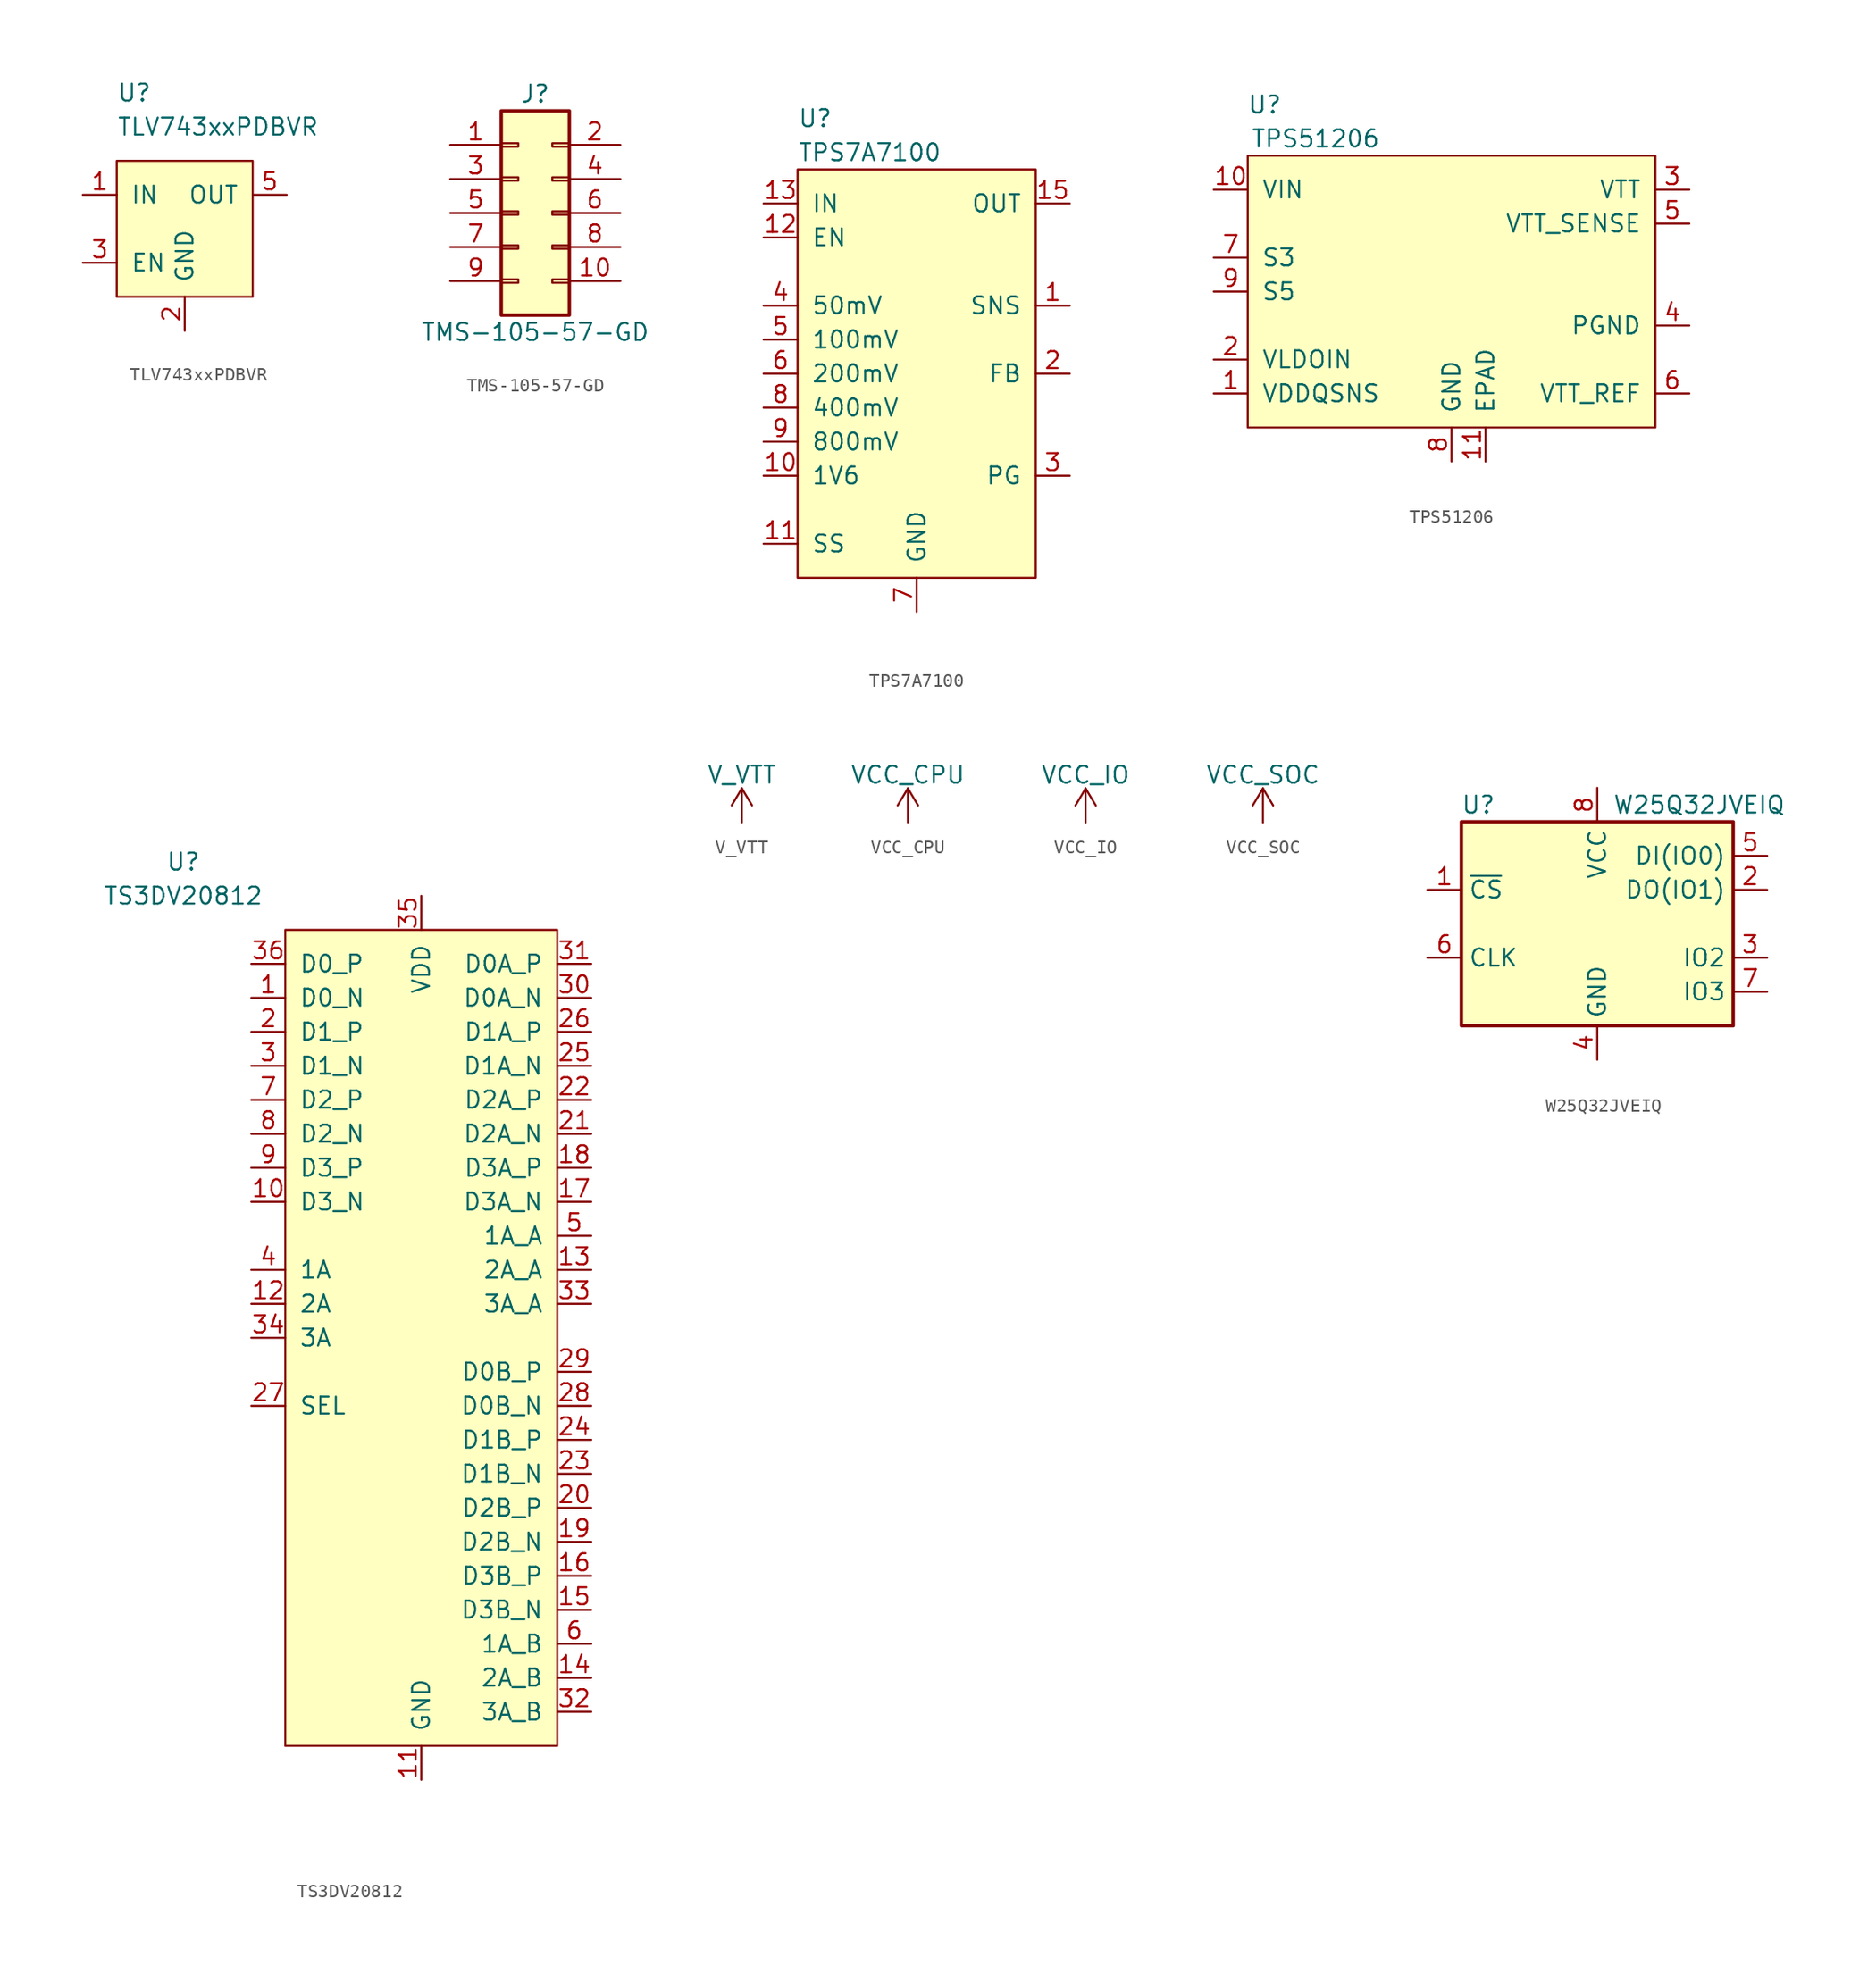
<source format=kicad_sym>
(kicad_symbol_lib
  (version 20211014)
  (generator kicad_symbol_editor)
  (symbol "TLV743xxPDBVR"
    (pin_names
      (offset 1.016))
    (property "Reference" "U"
      (at 0 5.08 0)
      (effects (font (size 1.27 1.27)) (justify left)))
    (property "Value" "TLV743xxPDBVR"
      (at 0 2.54 0)
      (effects (font (size 1.27 1.27)) (justify left)))
    (symbol "TLV743xxPDBVR_0_1"
      (rectangle (start 0 0) (end 10.16 -10.16) (stroke (width 0) (type default) (color 0 0 0 0)) (fill (type background))))
    (symbol "TLV743xxPDBVR_1_1"
      (pin power_in line (at -2.54 -2.54 0) (length 2.54) (name "IN" (effects (font (size 1.27 1.27)))) (number "1" (effects (font (size 1.27 1.27)))))
      (pin power_in line (at 5.08 -12.7 90) (length 2.54) (name "GND" (effects (font (size 1.27 1.27)))) (number "2" (effects (font (size 1.27 1.27)))))
      (pin input line (at -2.54 -7.62 0) (length 2.54) (name "EN" (effects (font (size 1.27 1.27)))) (number "3" (effects (font (size 1.27 1.27)))))
      (pin power_out line (at 12.7 -2.54 180) (length 2.54) (name "OUT" (effects (font (size 1.27 1.27)))) (number "5" (effects (font (size 1.27 1.27)))))))
  (symbol "TMS-105-57-GD"
    (pin_names
      (offset 1.016) hide)
    (property "Reference" "J"
      (at 2.54 1.27 0)
      (effects (font (size 1.27 1.27))))
    (property "Value" "TMS-105-57-GD"
      (at 2.54 -16.51 0)
      (effects (font (size 1.27 1.27))))
    (symbol "TMS-105-57-GD_1_1"
      (rectangle (start 0 -12.573) (end 1.27 -12.827) (stroke (width 0.152) (type default) (color 0 0 0 0)) (fill (type none)))
      (rectangle (start 0 -10.033) (end 1.27 -10.287) (stroke (width 0.152) (type default) (color 0 0 0 0)) (fill (type none)))
      (rectangle (start 0 -7.493) (end 1.27 -7.747) (stroke (width 0.152) (type default) (color 0 0 0 0)) (fill (type none)))
      (rectangle (start 0 -4.953) (end 1.27 -5.207) (stroke (width 0.152) (type default) (color 0 0 0 0)) (fill (type none)))
      (rectangle (start 0 -2.413) (end 1.27 -2.667) (stroke (width 0.152) (type default) (color 0 0 0 0)) (fill (type none)))
      (rectangle (start 0 0) (end 5.08 -15.24) (stroke (width 0.254) (type default) (color 0 0 0 0)) (fill (type background)))
      (rectangle (start 5.08 -12.573) (end 3.81 -12.827) (stroke (width 0.152) (type default) (color 0 0 0 0)) (fill (type none)))
      (rectangle (start 5.08 -10.033) (end 3.81 -10.287) (stroke (width 0.152) (type default) (color 0 0 0 0)) (fill (type none)))
      (rectangle (start 5.08 -7.493) (end 3.81 -7.747) (stroke (width 0.152) (type default) (color 0 0 0 0)) (fill (type none)))
      (rectangle (start 5.08 -4.953) (end 3.81 -5.207) (stroke (width 0.152) (type default) (color 0 0 0 0)) (fill (type none)))
      (rectangle (start 5.08 -2.413) (end 3.81 -2.667) (stroke (width 0.152) (type default) (color 0 0 0 0)) (fill (type none)))
      (pin passive line (at -3.81 -2.54 0) (length 3.81) (name "Pin_1" (effects (font (size 1.27 1.27)))) (number "1" (effects (font (size 1.27 1.27)))))
      (pin passive line (at 8.89 -12.7 180) (length 3.81) (name "Pin_10" (effects (font (size 1.27 1.27)))) (number "10" (effects (font (size 1.27 1.27)))))
      (pin passive line (at 8.89 -2.54 180) (length 3.81) (name "Pin_2" (effects (font (size 1.27 1.27)))) (number "2" (effects (font (size 1.27 1.27)))))
      (pin passive line (at -3.81 -5.08 0) (length 3.81) (name "Pin_3" (effects (font (size 1.27 1.27)))) (number "3" (effects (font (size 1.27 1.27)))))
      (pin passive line (at 8.89 -5.08 180) (length 3.81) (name "Pin_4" (effects (font (size 1.27 1.27)))) (number "4" (effects (font (size 1.27 1.27)))))
      (pin passive line (at -3.81 -7.62 0) (length 3.81) (name "Pin_5" (effects (font (size 1.27 1.27)))) (number "5" (effects (font (size 1.27 1.27)))))
      (pin passive line (at 8.89 -7.62 180) (length 3.81) (name "Pin_6" (effects (font (size 1.27 1.27)))) (number "6" (effects (font (size 1.27 1.27)))))
      (pin passive line (at -3.81 -10.16 0) (length 3.81) (name "Pin_7" (effects (font (size 1.27 1.27)))) (number "7" (effects (font (size 1.27 1.27)))))
      (pin passive line (at 8.89 -10.16 180) (length 3.81) (name "Pin_8" (effects (font (size 1.27 1.27)))) (number "8" (effects (font (size 1.27 1.27)))))
      (pin passive line (at -3.81 -12.7 0) (length 3.81) (name "Pin_9" (effects (font (size 1.27 1.27)))) (number "9" (effects (font (size 1.27 1.27)))))))
  (symbol "TPS7A7100"
    (pin_names
      (offset 1.016))
    (property "Reference" "U"
      (at 0 3.81 0)
      (effects (font (size 1.27 1.27)) (justify left)))
    (property "Value" "TPS7A7100"
      (at 0 1.27 0)
      (effects (font (size 1.27 1.27)) (justify left)))
    (symbol "TPS7A7100_0_1"
      (rectangle (start 0 0) (end 17.78 -30.48) (stroke (width 0) (type default) (color 0 0 0 0)) (fill (type background))))
    (symbol "TPS7A7100_1_1"
      (pin input line (at 20.32 -10.16 180) (length 2.54) (name "SNS" (effects (font (size 1.27 1.27)))) (number "1" (effects (font (size 1.27 1.27)))))
      (pin input line (at -2.54 -22.86 0) (length 2.54) (name "1V6" (effects (font (size 1.27 1.27)))) (number "10" (effects (font (size 1.27 1.27)))))
      (pin passive line (at -2.54 -27.94 0) (length 2.54) (name "SS" (effects (font (size 1.27 1.27)))) (number "11" (effects (font (size 1.27 1.27)))))
      (pin input line (at -2.54 -5.08 0) (length 2.54) (name "EN" (effects (font (size 1.27 1.27)))) (number "12" (effects (font (size 1.27 1.27)))))
      (pin power_in line (at -2.54 -2.54 0) (length 2.54) (name "IN" (effects (font (size 1.27 1.27)))) (number "13" (effects (font (size 1.27 1.27)))))
      (pin power_in line (at -2.54 -2.54 0) (length 2.54) hide (name "IN" (effects (font (size 1.27 1.27)))) (number "14" (effects (font (size 1.27 1.27)))))
      (pin power_out line (at 20.32 -2.54 180) (length 2.54) (name "OUT" (effects (font (size 1.27 1.27)))) (number "15" (effects (font (size 1.27 1.27)))))
      (pin passive line (at 20.32 -2.54 180) (length 2.54) hide (name "OUT" (effects (font (size 1.27 1.27)))) (number "16" (effects (font (size 1.27 1.27)))))
      (pin input line (at 20.32 -15.24 180) (length 2.54) (name "FB" (effects (font (size 1.27 1.27)))) (number "2" (effects (font (size 1.27 1.27)))))
      (pin output line (at 20.32 -22.86 180) (length 2.54) (name "PG" (effects (font (size 1.27 1.27)))) (number "3" (effects (font (size 1.27 1.27)))))
      (pin input line (at -2.54 -10.16 0) (length 2.54) (name "50mV" (effects (font (size 1.27 1.27)))) (number "4" (effects (font (size 1.27 1.27)))))
      (pin input line (at -2.54 -12.7 0) (length 2.54) (name "100mV" (effects (font (size 1.27 1.27)))) (number "5" (effects (font (size 1.27 1.27)))))
      (pin input line (at -2.54 -15.24 0) (length 2.54) (name "200mV" (effects (font (size 1.27 1.27)))) (number "6" (effects (font (size 1.27 1.27)))))
      (pin power_in line (at 8.89 -33.02 90) (length 2.54) (name "GND" (effects (font (size 1.27 1.27)))) (number "7" (effects (font (size 1.27 1.27)))))
      (pin input line (at -2.54 -17.78 0) (length 2.54) (name "400mV" (effects (font (size 1.27 1.27)))) (number "8" (effects (font (size 1.27 1.27)))))
      (pin input line (at -2.54 -20.32 0) (length 2.54) (name "800mV" (effects (font (size 1.27 1.27)))) (number "9" (effects (font (size 1.27 1.27)))))))
  (symbol "TPS51206"
    (pin_names
      (offset 1.016))
    (property "Reference" "U"
      (at 1.27 3.81 0)
      (effects (font (size 1.27 1.27))))
    (property "Value" "TPS51206"
      (at 5.08 1.27 0)
      (effects (font (size 1.27 1.27))))
    (symbol "TPS51206_0_1"
      (rectangle (start 0 0) (end 30.48 -20.32) (stroke (width 0) (type default) (color 0 0 0 0)) (fill (type background))))
    (symbol "TPS51206_1_1"
      (pin input line (at -2.54 -17.78 0) (length 2.54) (name "VDDQSNS" (effects (font (size 1.27 1.27)))) (number "1" (effects (font (size 1.27 1.27)))))
      (pin power_in line (at -2.54 -2.54 0) (length 2.54) (name "VIN" (effects (font (size 1.27 1.27)))) (number "10" (effects (font (size 1.27 1.27)))))
      (pin passive line (at 17.78 -22.86 90) (length 2.54) (name "EPAD" (effects (font (size 1.27 1.27)))) (number "11" (effects (font (size 1.27 1.27)))))
      (pin power_in line (at -2.54 -15.24 0) (length 2.54) (name "VLDOIN" (effects (font (size 1.27 1.27)))) (number "2" (effects (font (size 1.27 1.27)))))
      (pin power_out line (at 33.02 -2.54 180) (length 2.54) (name "VTT" (effects (font (size 1.27 1.27)))) (number "3" (effects (font (size 1.27 1.27)))))
      (pin power_in line (at 33.02 -12.7 180) (length 2.54) (name "PGND" (effects (font (size 1.27 1.27)))) (number "4" (effects (font (size 1.27 1.27)))))
      (pin passive line (at 33.02 -5.08 180) (length 2.54) (name "VTT_SENSE" (effects (font (size 1.27 1.27)))) (number "5" (effects (font (size 1.27 1.27)))))
      (pin passive line (at 33.02 -17.78 180) (length 2.54) (name "VTT_REF" (effects (font (size 1.27 1.27)))) (number "6" (effects (font (size 1.27 1.27)))))
      (pin input line (at -2.54 -7.62 0) (length 2.54) (name "S3" (effects (font (size 1.27 1.27)))) (number "7" (effects (font (size 1.27 1.27)))))
      (pin power_in line (at 15.24 -22.86 90) (length 2.54) (name "GND" (effects (font (size 1.27 1.27)))) (number "8" (effects (font (size 1.27 1.27)))))
      (pin input line (at -2.54 -10.16 0) (length 2.54) (name "S5" (effects (font (size 1.27 1.27)))) (number "9" (effects (font (size 1.27 1.27)))))))
  (symbol "TS3DV20812"
    (pin_names
      (offset 1.016))
    (property "Reference" "U"
      (at -7.62 5.08 0)
      (effects (font (size 1.27 1.27))))
    (property "Value" "TS3DV20812"
      (at -7.62 2.54 0)
      (effects (font (size 1.27 1.27))))
    (symbol "TS3DV20812_0_1"
      (rectangle (start 0 0) (end 20.32 -60.96) (stroke (width 0) (type default) (color 0 0 0 0)) (fill (type background))))
    (symbol "TS3DV20812_1_1"
      (pin input line (at -2.54 -5.08 0) (length 2.54) (name "D0_N" (effects (font (size 1.27 1.27)))) (number "1" (effects (font (size 1.27 1.27)))))
      (pin input line (at -2.54 -20.32 0) (length 2.54) (name "D3_N" (effects (font (size 1.27 1.27)))) (number "10" (effects (font (size 1.27 1.27)))))
      (pin power_in line (at 10.16 -63.5 90) (length 2.54) (name "GND" (effects (font (size 1.27 1.27)))) (number "11" (effects (font (size 1.27 1.27)))))
      (pin input line (at -2.54 -27.94 0) (length 2.54) (name "2A" (effects (font (size 1.27 1.27)))) (number "12" (effects (font (size 1.27 1.27)))))
      (pin output line (at 22.86 -25.4 180) (length 2.54) (name "2A_A" (effects (font (size 1.27 1.27)))) (number "13" (effects (font (size 1.27 1.27)))))
      (pin output line (at 22.86 -55.88 180) (length 2.54) (name "2A_B" (effects (font (size 1.27 1.27)))) (number "14" (effects (font (size 1.27 1.27)))))
      (pin output line (at 22.86 -50.8 180) (length 2.54) (name "D3B_N" (effects (font (size 1.27 1.27)))) (number "15" (effects (font (size 1.27 1.27)))))
      (pin output line (at 22.86 -48.26 180) (length 2.54) (name "D3B_P" (effects (font (size 1.27 1.27)))) (number "16" (effects (font (size 1.27 1.27)))))
      (pin output line (at 22.86 -20.32 180) (length 2.54) (name "D3A_N" (effects (font (size 1.27 1.27)))) (number "17" (effects (font (size 1.27 1.27)))))
      (pin output line (at 22.86 -17.78 180) (length 2.54) (name "D3A_P" (effects (font (size 1.27 1.27)))) (number "18" (effects (font (size 1.27 1.27)))))
      (pin output line (at 22.86 -45.72 180) (length 2.54) (name "D2B_N" (effects (font (size 1.27 1.27)))) (number "19" (effects (font (size 1.27 1.27)))))
      (pin input line (at -2.54 -7.62 0) (length 2.54) (name "D1_P" (effects (font (size 1.27 1.27)))) (number "2" (effects (font (size 1.27 1.27)))))
      (pin output line (at 22.86 -43.18 180) (length 2.54) (name "D2B_P" (effects (font (size 1.27 1.27)))) (number "20" (effects (font (size 1.27 1.27)))))
      (pin output line (at 22.86 -15.24 180) (length 2.54) (name "D2A_N" (effects (font (size 1.27 1.27)))) (number "21" (effects (font (size 1.27 1.27)))))
      (pin output line (at 22.86 -12.7 180) (length 2.54) (name "D2A_P" (effects (font (size 1.27 1.27)))) (number "22" (effects (font (size 1.27 1.27)))))
      (pin output line (at 22.86 -40.64 180) (length 2.54) (name "D1B_N" (effects (font (size 1.27 1.27)))) (number "23" (effects (font (size 1.27 1.27)))))
      (pin output line (at 22.86 -38.1 180) (length 2.54) (name "D1B_P" (effects (font (size 1.27 1.27)))) (number "24" (effects (font (size 1.27 1.27)))))
      (pin output line (at 22.86 -10.16 180) (length 2.54) (name "D1A_N" (effects (font (size 1.27 1.27)))) (number "25" (effects (font (size 1.27 1.27)))))
      (pin output line (at 22.86 -7.62 180) (length 2.54) (name "D1A_P" (effects (font (size 1.27 1.27)))) (number "26" (effects (font (size 1.27 1.27)))))
      (pin input line (at -2.54 -35.56 0) (length 2.54) (name "SEL" (effects (font (size 1.27 1.27)))) (number "27" (effects (font (size 1.27 1.27)))))
      (pin output line (at 22.86 -35.56 180) (length 2.54) (name "D0B_N" (effects (font (size 1.27 1.27)))) (number "28" (effects (font (size 1.27 1.27)))))
      (pin output line (at 22.86 -33.02 180) (length 2.54) (name "D0B_P" (effects (font (size 1.27 1.27)))) (number "29" (effects (font (size 1.27 1.27)))))
      (pin input line (at -2.54 -10.16 0) (length 2.54) (name "D1_N" (effects (font (size 1.27 1.27)))) (number "3" (effects (font (size 1.27 1.27)))))
      (pin output line (at 22.86 -5.08 180) (length 2.54) (name "D0A_N" (effects (font (size 1.27 1.27)))) (number "30" (effects (font (size 1.27 1.27)))))
      (pin output line (at 22.86 -2.54 180) (length 2.54) (name "D0A_P" (effects (font (size 1.27 1.27)))) (number "31" (effects (font (size 1.27 1.27)))))
      (pin output line (at 22.86 -58.42 180) (length 2.54) (name "3A_B" (effects (font (size 1.27 1.27)))) (number "32" (effects (font (size 1.27 1.27)))))
      (pin output line (at 22.86 -27.94 180) (length 2.54) (name "3A_A" (effects (font (size 1.27 1.27)))) (number "33" (effects (font (size 1.27 1.27)))))
      (pin input line (at -2.54 -30.48 0) (length 2.54) (name "3A" (effects (font (size 1.27 1.27)))) (number "34" (effects (font (size 1.27 1.27)))))
      (pin power_in line (at 10.16 2.54 270) (length 2.54) (name "VDD" (effects (font (size 1.27 1.27)))) (number "35" (effects (font (size 1.27 1.27)))))
      (pin input line (at -2.54 -2.54 0) (length 2.54) (name "D0_P" (effects (font (size 1.27 1.27)))) (number "36" (effects (font (size 1.27 1.27)))))
      (pin input line (at -2.54 -25.4 0) (length 2.54) (name "1A" (effects (font (size 1.27 1.27)))) (number "4" (effects (font (size 1.27 1.27)))))
      (pin output line (at 22.86 -22.86 180) (length 2.54) (name "1A_A" (effects (font (size 1.27 1.27)))) (number "5" (effects (font (size 1.27 1.27)))))
      (pin output line (at 22.86 -53.34 180) (length 2.54) (name "1A_B" (effects (font (size 1.27 1.27)))) (number "6" (effects (font (size 1.27 1.27)))))
      (pin input line (at -2.54 -12.7 0) (length 2.54) (name "D2_P" (effects (font (size 1.27 1.27)))) (number "7" (effects (font (size 1.27 1.27)))))
      (pin input line (at -2.54 -15.24 0) (length 2.54) (name "D2_N" (effects (font (size 1.27 1.27)))) (number "8" (effects (font (size 1.27 1.27)))))
      (pin input line (at -2.54 -17.78 0) (length 2.54) (name "D3_P" (effects (font (size 1.27 1.27)))) (number "9" (effects (font (size 1.27 1.27)))))))
  (symbol "V_VTT"
    (power)
    (pin_names
      (offset 0))
    (property "Reference" "#PWR"
      (at 0 -3.81 0)
      (effects (font (size 1.27 1.27)) hide))
    (property "Value" "V_VTT"
      (at 0 3.556 0)
      (effects (font (size 1.27 1.27))))
    (symbol "V_VTT_0_1"
      (polyline (pts (xy -0.762 1.27) (xy 0 2.54)) (stroke (width 0) (type default) (color 0 0 0 0)) (fill (type none)))
      (polyline (pts (xy 0 0) (xy 0 2.54)) (stroke (width 0) (type default) (color 0 0 0 0)) (fill (type none)))
      (polyline (pts (xy 0 2.54) (xy 0.762 1.27)) (stroke (width 0) (type default) (color 0 0 0 0)) (fill (type none))))
    (symbol "V_VTT_1_1"
      (pin power_in line (at 0 0 90) (length 0) hide (name "V_VTT" (effects (font (size 1.27 1.27)))) (number "1" (effects (font (size 1.27 1.27)))))))
  (symbol "VCC_CPU"
    (power)
    (pin_names
      (offset 0))
    (property "Reference" "#PWR"
      (at 0 -3.81 0)
      (effects (font (size 1.27 1.27)) hide))
    (property "Value" "VCC_CPU"
      (at 0 3.556 0)
      (effects (font (size 1.27 1.27))))
    (symbol "VCC_CPU_0_1"
      (polyline (pts (xy -0.762 1.27) (xy 0 2.54)) (stroke (width 0) (type default) (color 0 0 0 0)) (fill (type none)))
      (polyline (pts (xy 0 0) (xy 0 2.54)) (stroke (width 0) (type default) (color 0 0 0 0)) (fill (type none)))
      (polyline (pts (xy 0 2.54) (xy 0.762 1.27)) (stroke (width 0) (type default) (color 0 0 0 0)) (fill (type none))))
    (symbol "VCC_CPU_1_1"
      (pin power_in line (at 0 0 90) (length 0) hide (name "VCC_CPU" (effects (font (size 1.27 1.27)))) (number "1" (effects (font (size 1.27 1.27)))))))
  (symbol "VCC_IO"
    (power)
    (pin_names
      (offset 0))
    (property "Reference" "#PWR"
      (at 0 -3.81 0)
      (effects (font (size 1.27 1.27)) hide))
    (property "Value" "VCC_IO"
      (at 0 3.556 0)
      (effects (font (size 1.27 1.27))))
    (symbol "VCC_IO_0_1"
      (polyline (pts (xy -0.762 1.27) (xy 0 2.54)) (stroke (width 0) (type default) (color 0 0 0 0)) (fill (type none)))
      (polyline (pts (xy 0 0) (xy 0 2.54)) (stroke (width 0) (type default) (color 0 0 0 0)) (fill (type none)))
      (polyline (pts (xy 0 2.54) (xy 0.762 1.27)) (stroke (width 0) (type default) (color 0 0 0 0)) (fill (type none))))
    (symbol "VCC_IO_1_1"
      (pin power_in line (at 0 0 90) (length 0) hide (name "VCC_IO" (effects (font (size 1.27 1.27)))) (number "1" (effects (font (size 1.27 1.27)))))))
  (symbol "VCC_SOC"
    (power)
    (pin_names
      (offset 0))
    (property "Reference" "#PWR"
      (at 0 -3.81 0)
      (effects (font (size 1.27 1.27)) hide))
    (property "Value" "VCC_SOC"
      (at 0 3.556 0)
      (effects (font (size 1.27 1.27))))
    (symbol "VCC_SOC_0_1"
      (polyline (pts (xy -0.762 1.27) (xy 0 2.54)) (stroke (width 0) (type default) (color 0 0 0 0)) (fill (type none)))
      (polyline (pts (xy 0 0) (xy 0 2.54)) (stroke (width 0) (type default) (color 0 0 0 0)) (fill (type none)))
      (polyline (pts (xy 0 2.54) (xy 0.762 1.27)) (stroke (width 0) (type default) (color 0 0 0 0)) (fill (type none))))
    (symbol "VCC_SOC_1_1"
      (pin power_in line (at 0 0 90) (length 0) hide (name "VCC_SOC" (effects (font (size 1.27 1.27)))) (number "1" (effects (font (size 1.27 1.27)))))))
  (symbol "W25Q32JVEIQ"
    (property "Reference" "U"
      (at -8.89 8.89 0)
      (effects (font (size 1.27 1.27))))
    (property "Value" "W25Q32JVEIQ"
      (at 7.62 8.89 0)
      (effects (font (size 1.27 1.27))))
    (symbol "W25Q32JVEIQ_0_1"
      (rectangle (start -10.16 7.62) (end 10.16 -7.62) (stroke (width 0.254) (type default) (color 0 0 0 0)) (fill (type background))))
    (symbol "W25Q32JVEIQ_1_1"
      (pin input line (at -12.7 2.54 0) (length 2.54) (name "~{CS}" (effects (font (size 1.27 1.27)))) (number "1" (effects (font (size 1.27 1.27)))))
      (pin bidirectional line (at 12.7 2.54 180) (length 2.54) (name "DO(IO1)" (effects (font (size 1.27 1.27)))) (number "2" (effects (font (size 1.27 1.27)))))
      (pin bidirectional line (at 12.7 -2.54 180) (length 2.54) (name "IO2" (effects (font (size 1.27 1.27)))) (number "3" (effects (font (size 1.27 1.27)))))
      (pin power_in line (at 0 -10.16 90) (length 2.54) (name "GND" (effects (font (size 1.27 1.27)))) (number "4" (effects (font (size 1.27 1.27)))))
      (pin bidirectional line (at 12.7 5.08 180) (length 2.54) (name "DI(IO0)" (effects (font (size 1.27 1.27)))) (number "5" (effects (font (size 1.27 1.27)))))
      (pin input line (at -12.7 -2.54 0) (length 2.54) (name "CLK" (effects (font (size 1.27 1.27)))) (number "6" (effects (font (size 1.27 1.27)))))
      (pin bidirectional line (at 12.7 -5.08 180) (length 2.54) (name "IO3" (effects (font (size 1.27 1.27)))) (number "7" (effects (font (size 1.27 1.27)))))
      (pin power_in line (at 0 10.16 270) (length 2.54) (name "VCC" (effects (font (size 1.27 1.27)))) (number "8" (effects (font (size 1.27 1.27))))))))
</source>
